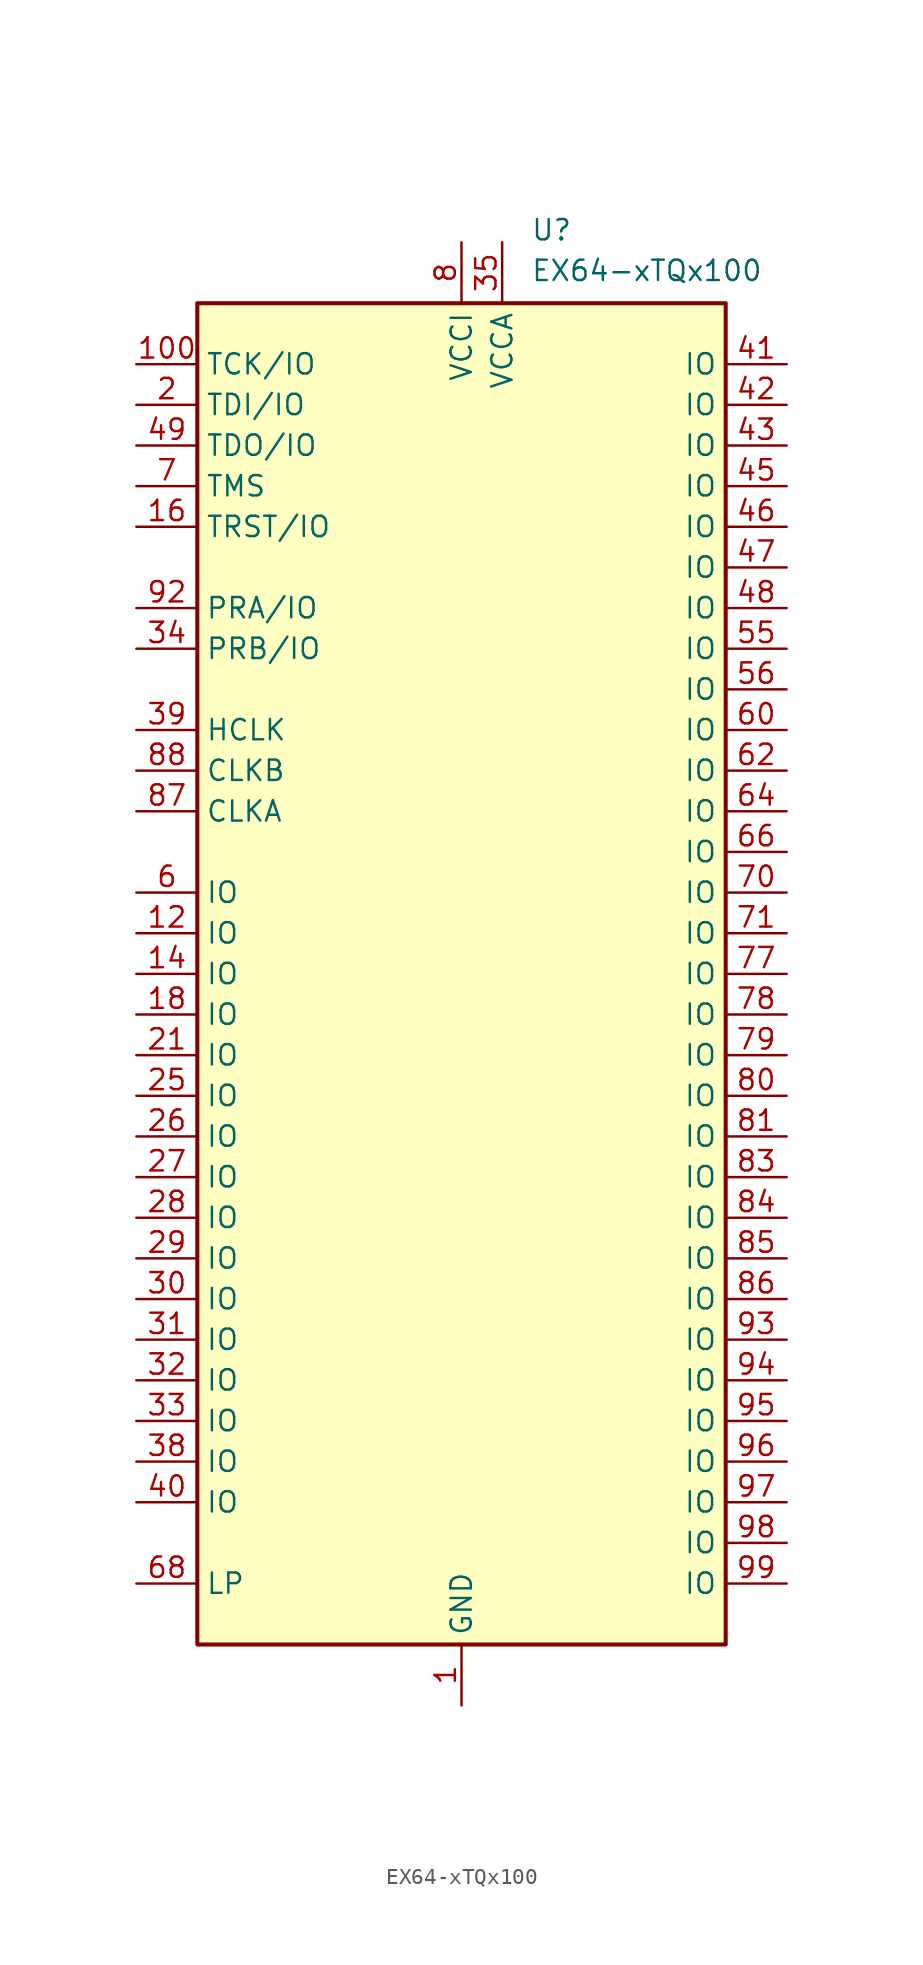
<source format=kicad_sym>
(kicad_symbol_lib
  (version 20241209)
  (generator "kicad_symbol_editor")
  (generator_version "9.0")
  (symbol "EX64-xTQx100"
    (property "Reference" "U"
      (at 4.318 46.482 0)
      (effects (font (size 1.27 1.27)) (justify left)))
    (property "Value" "EX64-xTQx100"
      (at 4.318 43.942 0)
      (effects (font (size 1.27 1.27)) (justify left)))
    (symbol "EX64-xTQx100_0_1"
      (rectangle (start -16.51 41.91) (end 16.51 -41.91) (stroke (width 0.254) (type default)) (fill (type background))))
    (symbol "EX64-xTQx100_1_1"
      (pin bidirectional line (at -20.32 38.1 0) (length 3.81) (name "TCK/IO" (effects (font (size 1.27 1.27)))) (number "100" (effects (font (size 1.27 1.27)))))
      (pin bidirectional line (at -20.32 35.56 0) (length 3.81) (name "TDI/IO" (effects (font (size 1.27 1.27)))) (number "2" (effects (font (size 1.27 1.27)))))
      (pin bidirectional line (at -20.32 33.02 0) (length 3.81) (name "TDO/IO" (effects (font (size 1.27 1.27)))) (number "49" (effects (font (size 1.27 1.27)))))
      (pin input line (at -20.32 30.48 0) (length 3.81) (name "TMS" (effects (font (size 1.27 1.27)))) (number "7" (effects (font (size 1.27 1.27)))))
      (pin bidirectional line (at -20.32 27.94 0) (length 3.81) (name "TRST/IO" (effects (font (size 1.27 1.27)))) (number "16" (effects (font (size 1.27 1.27)))))
      (pin bidirectional line (at -20.32 22.86 0) (length 3.81) (name "PRA/IO" (effects (font (size 1.27 1.27)))) (number "92" (effects (font (size 1.27 1.27)))))
      (pin bidirectional line (at -20.32 20.32 0) (length 3.81) (name "PRB/IO" (effects (font (size 1.27 1.27)))) (number "34" (effects (font (size 1.27 1.27)))))
      (pin input line (at -20.32 15.24 0) (length 3.81) (name "HCLK" (effects (font (size 1.27 1.27)))) (number "39" (effects (font (size 1.27 1.27)))))
      (pin input line (at -20.32 12.7 0) (length 3.81) (name "CLKB" (effects (font (size 1.27 1.27)))) (number "88" (effects (font (size 1.27 1.27)))))
      (pin input line (at -20.32 10.16 0) (length 3.81) (name "CLKA" (effects (font (size 1.27 1.27)))) (number "87" (effects (font (size 1.27 1.27)))))
      (pin bidirectional line (at -20.32 5.08 0) (length 3.81) (name "IO" (effects (font (size 1.27 1.27)))) (number "6" (effects (font (size 1.27 1.27)))))
      (pin bidirectional line (at -20.32 2.54 0) (length 3.81) (name "IO" (effects (font (size 1.27 1.27)))) (number "12" (effects (font (size 1.27 1.27)))))
      (pin bidirectional line (at -20.32 0 0) (length 3.81) (name "IO" (effects (font (size 1.27 1.27)))) (number "14" (effects (font (size 1.27 1.27)))))
      (pin bidirectional line (at -20.32 -2.54 0) (length 3.81) (name "IO" (effects (font (size 1.27 1.27)))) (number "18" (effects (font (size 1.27 1.27)))))
      (pin bidirectional line (at -20.32 -5.08 0) (length 3.81) (name "IO" (effects (font (size 1.27 1.27)))) (number "21" (effects (font (size 1.27 1.27)))))
      (pin bidirectional line (at -20.32 -7.62 0) (length 3.81) (name "IO" (effects (font (size 1.27 1.27)))) (number "25" (effects (font (size 1.27 1.27)))))
      (pin bidirectional line (at -20.32 -10.16 0) (length 3.81) (name "IO" (effects (font (size 1.27 1.27)))) (number "26" (effects (font (size 1.27 1.27)))))
      (pin bidirectional line (at -20.32 -12.7 0) (length 3.81) (name "IO" (effects (font (size 1.27 1.27)))) (number "27" (effects (font (size 1.27 1.27)))))
      (pin bidirectional line (at -20.32 -15.24 0) (length 3.81) (name "IO" (effects (font (size 1.27 1.27)))) (number "28" (effects (font (size 1.27 1.27)))))
      (pin bidirectional line (at -20.32 -17.78 0) (length 3.81) (name "IO" (effects (font (size 1.27 1.27)))) (number "29" (effects (font (size 1.27 1.27)))))
      (pin bidirectional line (at -20.32 -20.32 0) (length 3.81) (name "IO" (effects (font (size 1.27 1.27)))) (number "30" (effects (font (size 1.27 1.27)))))
      (pin bidirectional line (at -20.32 -22.86 0) (length 3.81) (name "IO" (effects (font (size 1.27 1.27)))) (number "31" (effects (font (size 1.27 1.27)))))
      (pin bidirectional line (at -20.32 -25.4 0) (length 3.81) (name "IO" (effects (font (size 1.27 1.27)))) (number "32" (effects (font (size 1.27 1.27)))))
      (pin bidirectional line (at -20.32 -27.94 0) (length 3.81) (name "IO" (effects (font (size 1.27 1.27)))) (number "33" (effects (font (size 1.27 1.27)))))
      (pin bidirectional line (at -20.32 -30.48 0) (length 3.81) (name "IO" (effects (font (size 1.27 1.27)))) (number "38" (effects (font (size 1.27 1.27)))))
      (pin bidirectional line (at -20.32 -33.02 0) (length 3.81) (name "IO" (effects (font (size 1.27 1.27)))) (number "40" (effects (font (size 1.27 1.27)))))
      (pin input line (at -20.32 -38.1 0) (length 3.81) (name "LP" (effects (font (size 1.27 1.27)))) (number "68" (effects (font (size 1.27 1.27)))))
      (pin no_connect line (at -16.51 25.4 0) (length 3.81) (hide yes) (name "NC" (effects (font (size 1.27 1.27)))) (number "72" (effects (font (size 1.27 1.27)))))
      (pin no_connect line (at -16.51 17.78 0) (length 3.81) (hide yes) (name "NC" (effects (font (size 1.27 1.27)))) (number "73" (effects (font (size 1.27 1.27)))))
      (pin no_connect line (at -16.51 7.62 0) (length 3.81) (hide yes) (name "NC" (effects (font (size 1.27 1.27)))) (number "74" (effects (font (size 1.27 1.27)))))
      (pin no_connect line (at -16.51 -35.56 0) (length 3.81) (hide yes) (name "NC" (effects (font (size 1.27 1.27)))) (number "76" (effects (font (size 1.27 1.27)))))
      (pin no_connect line (at -16.51 -40.64 0) (length 3.81) (hide yes) (name "NC" (effects (font (size 1.27 1.27)))) (number "63" (effects (font (size 1.27 1.27)))))
      (pin no_connect line (at -15.24 41.91 270) (length 3.81) (hide yes) (name "NC" (effects (font (size 1.27 1.27)))) (number "89" (effects (font (size 1.27 1.27)))))
      (pin no_connect line (at -12.7 41.91 270) (length 3.81) (hide yes) (name "NC" (effects (font (size 1.27 1.27)))) (number "22" (effects (font (size 1.27 1.27)))))
      (pin no_connect line (at -12.7 -41.91 90) (length 3.81) (hide yes) (name "NC" (effects (font (size 1.27 1.27)))) (number "3" (effects (font (size 1.27 1.27)))))
      (pin no_connect line (at -10.16 41.91 270) (length 3.81) (hide yes) (name "NC" (effects (font (size 1.27 1.27)))) (number "23" (effects (font (size 1.27 1.27)))))
      (pin no_connect line (at -10.16 -41.91 90) (length 3.81) (hide yes) (name "NC" (effects (font (size 1.27 1.27)))) (number "4" (effects (font (size 1.27 1.27)))))
      (pin no_connect line (at -7.62 41.91 270) (length 3.81) (hide yes) (name "NC" (effects (font (size 1.27 1.27)))) (number "24" (effects (font (size 1.27 1.27)))))
      (pin no_connect line (at -7.62 -41.91 90) (length 3.81) (hide yes) (name "NC" (effects (font (size 1.27 1.27)))) (number "5" (effects (font (size 1.27 1.27)))))
      (pin no_connect line (at -5.08 41.91 270) (length 3.81) (hide yes) (name "NC" (effects (font (size 1.27 1.27)))) (number "37" (effects (font (size 1.27 1.27)))))
      (pin no_connect line (at -5.08 -41.91 90) (length 3.81) (hide yes) (name "NC" (effects (font (size 1.27 1.27)))) (number "10" (effects (font (size 1.27 1.27)))))
      (pin no_connect line (at -2.54 41.91 270) (length 3.81) (hide yes) (name "NC" (effects (font (size 1.27 1.27)))) (number "50" (effects (font (size 1.27 1.27)))))
      (pin no_connect line (at -2.54 -41.91 90) (length 3.81) (hide yes) (name "NC" (effects (font (size 1.27 1.27)))) (number "75" (effects (font (size 1.27 1.27)))))
      (pin passive line (at 0 45.72 270) (length 3.81) (hide yes) (name "VCCI" (effects (font (size 1.27 1.27)))) (number "20" (effects (font (size 1.27 1.27)))))
      (pin passive line (at 0 45.72 270) (length 3.81) (hide yes) (name "VCCI" (effects (font (size 1.27 1.27)))) (number "44" (effects (font (size 1.27 1.27)))))
      (pin passive line (at 0 45.72 270) (length 3.81) (hide yes) (name "VCCI" (effects (font (size 1.27 1.27)))) (number "58" (effects (font (size 1.27 1.27)))))
      (pin power_in line (at 0 45.72 270) (length 3.81) (name "VCCI" (effects (font (size 1.27 1.27)))) (number "8" (effects (font (size 1.27 1.27)))))
      (pin passive line (at 0 45.72 270) (length 3.81) (hide yes) (name "VCCI" (effects (font (size 1.27 1.27)))) (number "82" (effects (font (size 1.27 1.27)))))
      (pin power_in line (at 0 -45.72 90) (length 3.81) (name "GND" (effects (font (size 1.27 1.27)))) (number "1" (effects (font (size 1.27 1.27)))))
      (pin passive line (at 0 -45.72 90) (length 3.81) (hide yes) (name "GND" (effects (font (size 1.27 1.27)))) (number "36" (effects (font (size 1.27 1.27)))))
      (pin passive line (at 0 -45.72 90) (length 3.81) (hide yes) (name "GND" (effects (font (size 1.27 1.27)))) (number "51" (effects (font (size 1.27 1.27)))))
      (pin passive line (at 0 -45.72 90) (length 3.81) (hide yes) (name "GND" (effects (font (size 1.27 1.27)))) (number "69" (effects (font (size 1.27 1.27)))))
      (pin passive line (at 0 -45.72 90) (length 3.81) (hide yes) (name "GND" (effects (font (size 1.27 1.27)))) (number "9" (effects (font (size 1.27 1.27)))))
      (pin passive line (at 0 -45.72 90) (length 3.81) (hide yes) (name "GND" (effects (font (size 1.27 1.27)))) (number "91" (effects (font (size 1.27 1.27)))))
      (pin power_in line (at 2.54 45.72 270) (length 3.81) (name "VCCA" (effects (font (size 1.27 1.27)))) (number "35" (effects (font (size 1.27 1.27)))))
      (pin passive line (at 2.54 45.72 270) (length 3.81) (hide yes) (name "VCCA" (effects (font (size 1.27 1.27)))) (number "57" (effects (font (size 1.27 1.27)))))
      (pin passive line (at 2.54 45.72 270) (length 3.81) (hide yes) (name "VCCA" (effects (font (size 1.27 1.27)))) (number "67" (effects (font (size 1.27 1.27)))))
      (pin passive line (at 2.54 45.72 270) (length 3.81) (hide yes) (name "VCCA" (effects (font (size 1.27 1.27)))) (number "90" (effects (font (size 1.27 1.27)))))
      (pin no_connect line (at 2.54 -41.91 90) (length 3.81) (hide yes) (name "NC" (effects (font (size 1.27 1.27)))) (number "11" (effects (font (size 1.27 1.27)))))
      (pin no_connect line (at 5.08 41.91 270) (length 3.81) (hide yes) (name "NC" (effects (font (size 1.27 1.27)))) (number "52" (effects (font (size 1.27 1.27)))))
      (pin no_connect line (at 5.08 -41.91 90) (length 3.81) (hide yes) (name "NC" (effects (font (size 1.27 1.27)))) (number "13" (effects (font (size 1.27 1.27)))))
      (pin no_connect line (at 7.62 41.91 270) (length 3.81) (hide yes) (name "NC" (effects (font (size 1.27 1.27)))) (number "53" (effects (font (size 1.27 1.27)))))
      (pin no_connect line (at 7.62 -41.91 90) (length 3.81) (hide yes) (name "NC" (effects (font (size 1.27 1.27)))) (number "15" (effects (font (size 1.27 1.27)))))
      (pin no_connect line (at 10.16 41.91 270) (length 3.81) (hide yes) (name "NC" (effects (font (size 1.27 1.27)))) (number "54" (effects (font (size 1.27 1.27)))))
      (pin no_connect line (at 10.16 -41.91 90) (length 3.81) (hide yes) (name "NC" (effects (font (size 1.27 1.27)))) (number "17" (effects (font (size 1.27 1.27)))))
      (pin no_connect line (at 12.7 41.91 270) (length 3.81) (hide yes) (name "NC" (effects (font (size 1.27 1.27)))) (number "59" (effects (font (size 1.27 1.27)))))
      (pin no_connect line (at 12.7 -41.91 90) (length 3.81) (hide yes) (name "NC" (effects (font (size 1.27 1.27)))) (number "19" (effects (font (size 1.27 1.27)))))
      (pin no_connect line (at 15.24 41.91 270) (length 3.81) (hide yes) (name "NC" (effects (font (size 1.27 1.27)))) (number "61" (effects (font (size 1.27 1.27)))))
      (pin no_connect line (at 16.51 -40.64 180) (length 3.81) (hide yes) (name "NC" (effects (font (size 1.27 1.27)))) (number "65" (effects (font (size 1.27 1.27)))))
      (pin bidirectional line (at 20.32 38.1 180) (length 3.81) (name "IO" (effects (font (size 1.27 1.27)))) (number "41" (effects (font (size 1.27 1.27)))))
      (pin bidirectional line (at 20.32 35.56 180) (length 3.81) (name "IO" (effects (font (size 1.27 1.27)))) (number "42" (effects (font (size 1.27 1.27)))))
      (pin bidirectional line (at 20.32 33.02 180) (length 3.81) (name "IO" (effects (font (size 1.27 1.27)))) (number "43" (effects (font (size 1.27 1.27)))))
      (pin bidirectional line (at 20.32 30.48 180) (length 3.81) (name "IO" (effects (font (size 1.27 1.27)))) (number "45" (effects (font (size 1.27 1.27)))))
      (pin bidirectional line (at 20.32 27.94 180) (length 3.81) (name "IO" (effects (font (size 1.27 1.27)))) (number "46" (effects (font (size 1.27 1.27)))))
      (pin bidirectional line (at 20.32 25.4 180) (length 3.81) (name "IO" (effects (font (size 1.27 1.27)))) (number "47" (effects (font (size 1.27 1.27)))))
      (pin bidirectional line (at 20.32 22.86 180) (length 3.81) (name "IO" (effects (font (size 1.27 1.27)))) (number "48" (effects (font (size 1.27 1.27)))))
      (pin bidirectional line (at 20.32 20.32 180) (length 3.81) (name "IO" (effects (font (size 1.27 1.27)))) (number "55" (effects (font (size 1.27 1.27)))))
      (pin bidirectional line (at 20.32 17.78 180) (length 3.81) (name "IO" (effects (font (size 1.27 1.27)))) (number "56" (effects (font (size 1.27 1.27)))))
      (pin bidirectional line (at 20.32 15.24 180) (length 3.81) (name "IO" (effects (font (size 1.27 1.27)))) (number "60" (effects (font (size 1.27 1.27)))))
      (pin bidirectional line (at 20.32 12.7 180) (length 3.81) (name "IO" (effects (font (size 1.27 1.27)))) (number "62" (effects (font (size 1.27 1.27)))))
      (pin bidirectional line (at 20.32 10.16 180) (length 3.81) (name "IO" (effects (font (size 1.27 1.27)))) (number "64" (effects (font (size 1.27 1.27)))))
      (pin bidirectional line (at 20.32 7.62 180) (length 3.81) (name "IO" (effects (font (size 1.27 1.27)))) (number "66" (effects (font (size 1.27 1.27)))))
      (pin bidirectional line (at 20.32 5.08 180) (length 3.81) (name "IO" (effects (font (size 1.27 1.27)))) (number "70" (effects (font (size 1.27 1.27)))))
      (pin bidirectional line (at 20.32 2.54 180) (length 3.81) (name "IO" (effects (font (size 1.27 1.27)))) (number "71" (effects (font (size 1.27 1.27)))))
      (pin bidirectional line (at 20.32 0 180) (length 3.81) (name "IO" (effects (font (size 1.27 1.27)))) (number "77" (effects (font (size 1.27 1.27)))))
      (pin bidirectional line (at 20.32 -2.54 180) (length 3.81) (name "IO" (effects (font (size 1.27 1.27)))) (number "78" (effects (font (size 1.27 1.27)))))
      (pin bidirectional line (at 20.32 -5.08 180) (length 3.81) (name "IO" (effects (font (size 1.27 1.27)))) (number "79" (effects (font (size 1.27 1.27)))))
      (pin bidirectional line (at 20.32 -7.62 180) (length 3.81) (name "IO" (effects (font (size 1.27 1.27)))) (number "80" (effects (font (size 1.27 1.27)))))
      (pin bidirectional line (at 20.32 -10.16 180) (length 3.81) (name "IO" (effects (font (size 1.27 1.27)))) (number "81" (effects (font (size 1.27 1.27)))))
      (pin bidirectional line (at 20.32 -12.7 180) (length 3.81) (name "IO" (effects (font (size 1.27 1.27)))) (number "83" (effects (font (size 1.27 1.27)))))
      (pin bidirectional line (at 20.32 -15.24 180) (length 3.81) (name "IO" (effects (font (size 1.27 1.27)))) (number "84" (effects (font (size 1.27 1.27)))))
      (pin bidirectional line (at 20.32 -17.78 180) (length 3.81) (name "IO" (effects (font (size 1.27 1.27)))) (number "85" (effects (font (size 1.27 1.27)))))
      (pin bidirectional line (at 20.32 -20.32 180) (length 3.81) (name "IO" (effects (font (size 1.27 1.27)))) (number "86" (effects (font (size 1.27 1.27)))))
      (pin bidirectional line (at 20.32 -22.86 180) (length 3.81) (name "IO" (effects (font (size 1.27 1.27)))) (number "93" (effects (font (size 1.27 1.27)))))
      (pin bidirectional line (at 20.32 -25.4 180) (length 3.81) (name "IO" (effects (font (size 1.27 1.27)))) (number "94" (effects (font (size 1.27 1.27)))))
      (pin bidirectional line (at 20.32 -27.94 180) (length 3.81) (name "IO" (effects (font (size 1.27 1.27)))) (number "95" (effects (font (size 1.27 1.27)))))
      (pin bidirectional line (at 20.32 -30.48 180) (length 3.81) (name "IO" (effects (font (size 1.27 1.27)))) (number "96" (effects (font (size 1.27 1.27)))))
      (pin bidirectional line (at 20.32 -33.02 180) (length 3.81) (name "IO" (effects (font (size 1.27 1.27)))) (number "97" (effects (font (size 1.27 1.27)))))
      (pin bidirectional line (at 20.32 -35.56 180) (length 3.81) (name "IO" (effects (font (size 1.27 1.27)))) (number "98" (effects (font (size 1.27 1.27)))))
      (pin bidirectional line (at 20.32 -38.1 180) (length 3.81) (name "IO" (effects (font (size 1.27 1.27)))) (number "99" (effects (font (size 1.27 1.27))))))))
</source>
